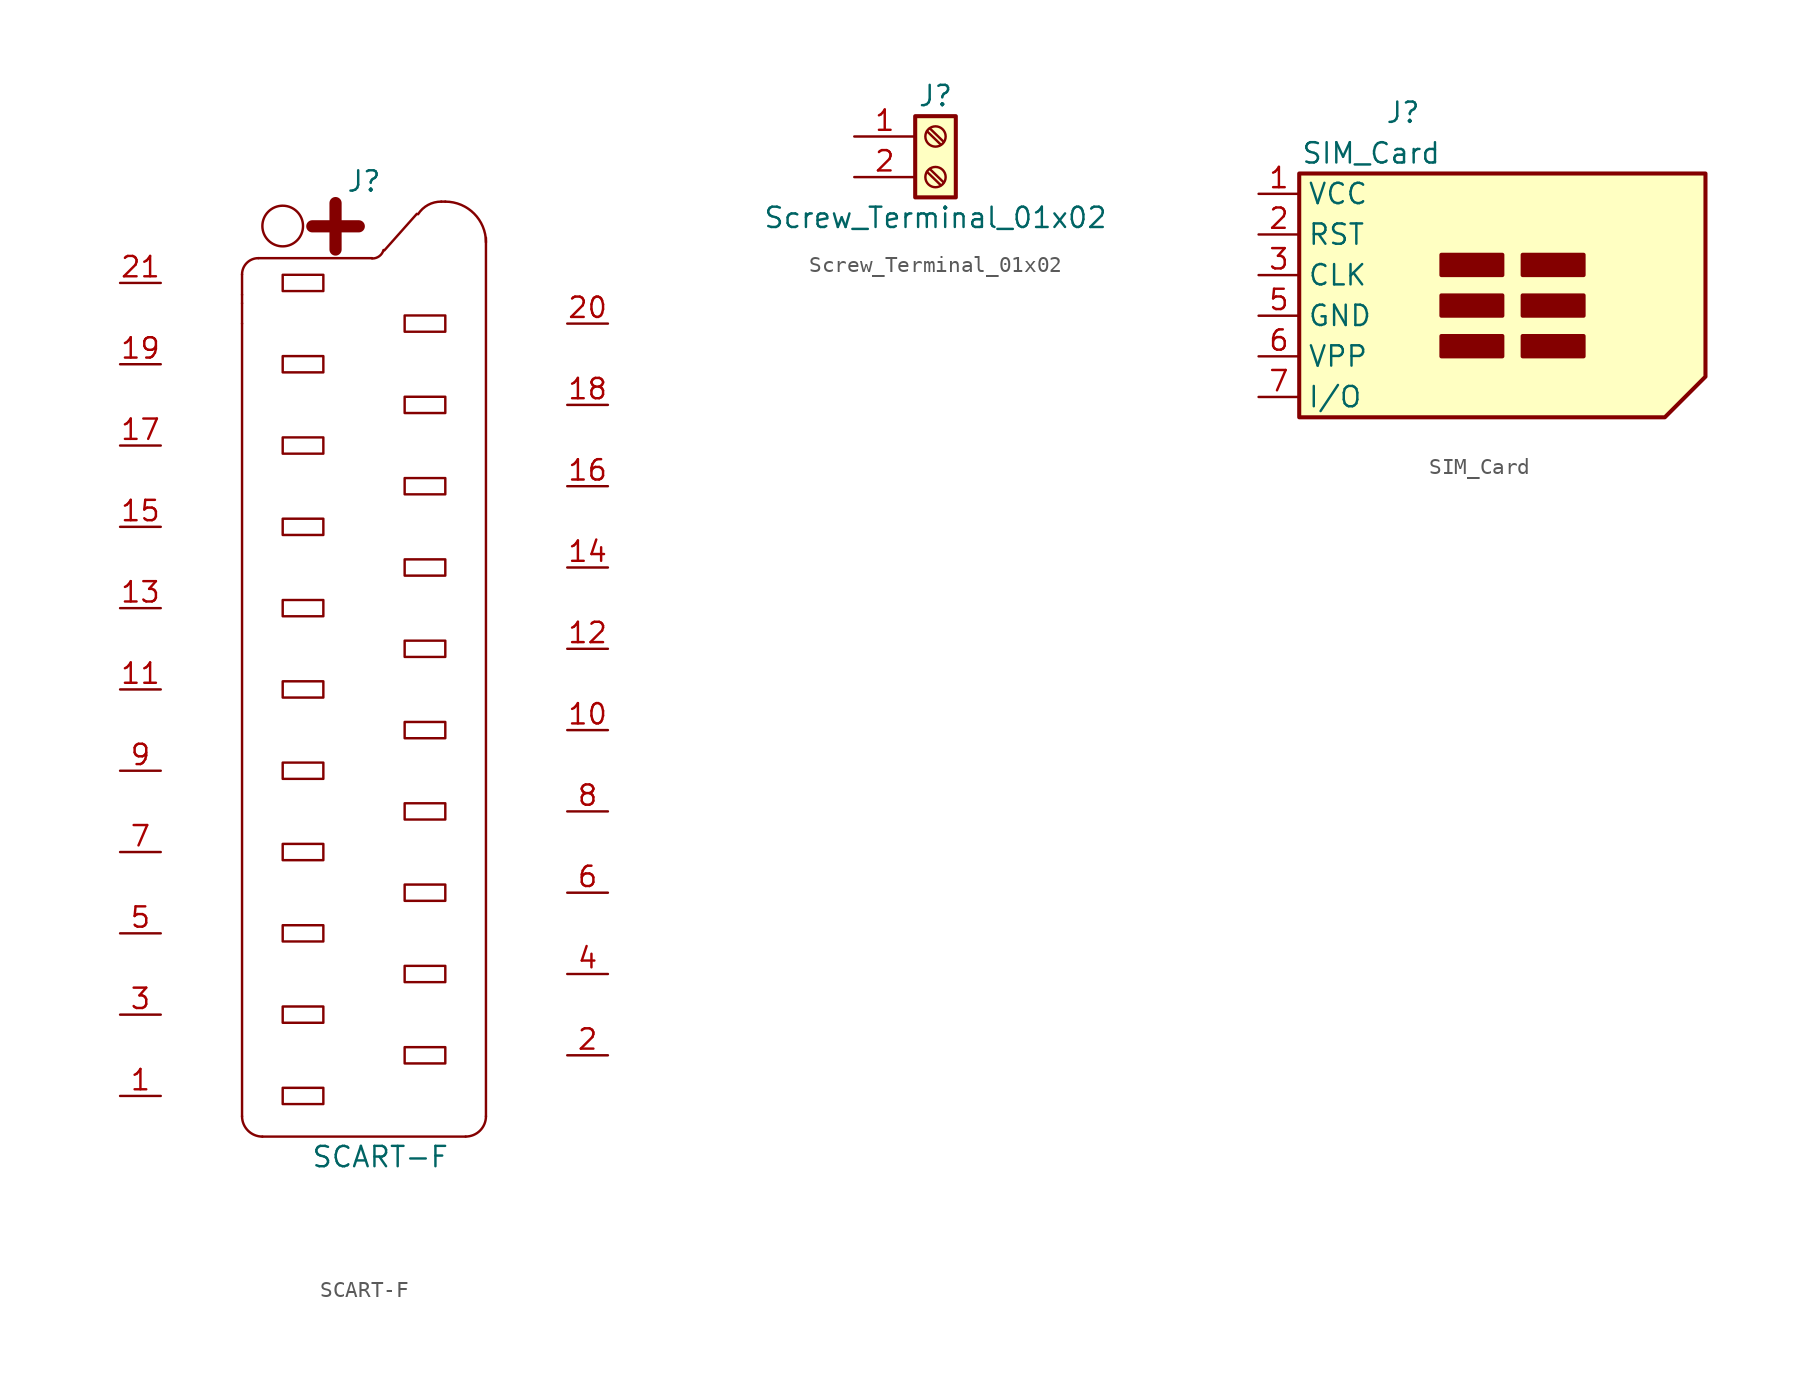
<source format=kicad_sym>
(kicad_symbol_lib
  (version 20220914)
  (generator kicad_symbol_editor)
  (symbol "SCART-F"
    (pin_names
      (offset 0.762) hide)
    (property "Reference" "J"
      (at 0 31.75 0)
      (effects (font (size 1.27 1.27))))
    (property "Value" "SCART-F"
      (at 1.016 -29.21 0)
      (effects (font (size 1.27 1.27))))
    (symbol "SCART-F_0_1"
      (arc (start -7.62 -26.67) (mid -7.248 -27.568) (end -6.35 -27.94) (stroke (width 0) (type default)) (fill (type none)))
      (arc (start -6.604 26.9494) (mid -7.3224 26.6518) (end -7.62 25.9334) (stroke (width 0) (type default)) (fill (type none)))
      (rectangle (start -5.08 -24.892) (end -2.54 -25.908) (stroke (width 0) (type default)) (fill (type none)))
      (rectangle (start -5.08 -19.812) (end -2.54 -20.828) (stroke (width 0) (type default)) (fill (type none)))
      (rectangle (start -5.08 -14.732) (end -2.54 -15.748) (stroke (width 0) (type default)) (fill (type none)))
      (rectangle (start -5.08 -9.652) (end -2.54 -10.668) (stroke (width 0) (type default)) (fill (type none)))
      (rectangle (start -5.08 -4.572) (end -2.54 -5.588) (stroke (width 0) (type default)) (fill (type none)))
      (rectangle (start -5.08 0.508) (end -2.54 -0.508) (stroke (width 0) (type default)) (fill (type none)))
      (rectangle (start -5.08 5.588) (end -2.54 4.572) (stroke (width 0) (type default)) (fill (type none)))
      (rectangle (start -5.08 10.668) (end -2.54 9.652) (stroke (width 0) (type default)) (fill (type none)))
      (rectangle (start -5.08 15.748) (end -2.54 14.732) (stroke (width 0) (type default)) (fill (type none)))
      (rectangle (start -5.08 20.828) (end -2.54 19.812) (stroke (width 0) (type default)) (fill (type none)))
      (rectangle (start -5.08 25.908) (end -2.54 24.892) (stroke (width 0) (type default)) (fill (type none)))
      (circle (center -5.08 28.956) (radius 1.27) (stroke (width 0) (type default)) (fill (type none)))
      (polyline (pts (xy -7.62 22.86) (xy -7.62 -26.67)) (stroke (width 0) (type default)) (fill (type none)))
      (polyline (pts (xy -7.62 22.86) (xy -7.62 24.13)) (stroke (width 0) (type default)) (fill (type none)))
      (polyline (pts (xy -7.62 24.663) (xy -7.62 24.13)) (stroke (width 0) (type default)) (fill (type none)))
      (polyline (pts (xy -7.62 24.663) (xy -7.62 25.933)) (stroke (width 0) (type default)) (fill (type none)))
      (polyline (pts (xy -6.604 26.949) (xy 0.508 26.949)) (stroke (width 0) (type default)) (fill (type none)))
      (polyline (pts (xy -6.35 -27.94) (xy 6.35 -27.94)) (stroke (width 0) (type default)) (fill (type none)))
      (polyline (pts (xy 3.302 29.718) (xy 1.27 27.432)) (stroke (width 0) (type default)) (fill (type none)))
      (polyline (pts (xy 4.826 30.48) (xy 5.08 30.48)) (stroke (width 0) (type default)) (fill (type none)))
      (polyline (pts (xy 7.62 -26.67) (xy 7.62 28.219)) (stroke (width 0) (type default)) (fill (type none)))
      (arc (start 0.508 26.924) (mid 0.9569 27.0702) (end 1.2192 27.4574) (stroke (width 0) (type default)) (fill (type none)))
      (rectangle (start 2.54 -22.352) (end 5.08 -23.368) (stroke (width 0) (type default)) (fill (type none)))
      (rectangle (start 2.54 -17.272) (end 5.08 -18.288) (stroke (width 0) (type default)) (fill (type none)))
      (rectangle (start 2.54 -12.192) (end 5.08 -13.208) (stroke (width 0) (type default)) (fill (type none)))
      (rectangle (start 2.54 -7.112) (end 5.08 -8.128) (stroke (width 0) (type default)) (fill (type none)))
      (rectangle (start 2.54 -2.032) (end 5.08 -3.048) (stroke (width 0) (type default)) (fill (type none)))
      (rectangle (start 2.54 3.048) (end 5.08 2.032) (stroke (width 0) (type default)) (fill (type none)))
      (rectangle (start 2.54 8.128) (end 5.08 7.112) (stroke (width 0) (type default)) (fill (type none)))
      (rectangle (start 2.54 13.208) (end 5.08 12.192) (stroke (width 0) (type default)) (fill (type none)))
      (rectangle (start 2.54 18.288) (end 5.08 17.272) (stroke (width 0) (type default)) (fill (type none)))
      (rectangle (start 2.54 23.368) (end 5.08 22.352) (stroke (width 0) (type default)) (fill (type none)))
      (arc (start 4.826 30.48) (mid 3.999 30.2726) (end 3.3782 29.6926) (stroke (width 0) (type default)) (fill (type none)))
      (arc (start 6.35 -27.94) (mid 7.248 -27.568) (end 7.62 -26.67) (stroke (width 0) (type default)) (fill (type none)))
      (arc (start 7.62 27.94) (mid 6.8761 29.7361) (end 5.08 30.48) (stroke (width 0) (type default)) (fill (type none)))
      (text "+" (at -1.778 29.21 0) (effects (font (size 3.81 3.81) bold))))
    (symbol "SCART-F_1_1"
      (pin passive line (at -15.24 -25.4 0) (length 2.54) (name "P1" (effects (font (size 1.27 1.27)))) (number "1" (effects (font (size 1.27 1.27)))))
      (pin passive line (at 15.24 -2.54 180) (length 2.54) (name "P10" (effects (font (size 1.27 1.27)))) (number "10" (effects (font (size 1.27 1.27)))))
      (pin passive line (at -15.24 0 0) (length 2.54) (name "P11" (effects (font (size 1.27 1.27)))) (number "11" (effects (font (size 1.27 1.27)))))
      (pin passive line (at 15.24 2.54 180) (length 2.54) (name "P12" (effects (font (size 1.27 1.27)))) (number "12" (effects (font (size 1.27 1.27)))))
      (pin passive line (at -15.24 5.08 0) (length 2.54) (name "P13" (effects (font (size 1.27 1.27)))) (number "13" (effects (font (size 1.27 1.27)))))
      (pin passive line (at 15.24 7.62 180) (length 2.54) (name "P14" (effects (font (size 1.27 1.27)))) (number "14" (effects (font (size 1.27 1.27)))))
      (pin passive line (at -15.24 10.16 0) (length 2.54) (name "P15" (effects (font (size 1.27 1.27)))) (number "15" (effects (font (size 1.27 1.27)))))
      (pin passive line (at 15.24 12.7 180) (length 2.54) (name "P16" (effects (font (size 1.27 1.27)))) (number "16" (effects (font (size 1.27 1.27)))))
      (pin passive line (at -15.24 15.24 0) (length 2.54) (name "P17" (effects (font (size 1.27 1.27)))) (number "17" (effects (font (size 1.27 1.27)))))
      (pin passive line (at 15.24 17.78 180) (length 2.54) (name "P18" (effects (font (size 1.27 1.27)))) (number "18" (effects (font (size 1.27 1.27)))))
      (pin passive line (at -15.24 20.32 0) (length 2.54) (name "P19" (effects (font (size 1.27 1.27)))) (number "19" (effects (font (size 1.27 1.27)))))
      (pin passive line (at 15.24 -22.86 180) (length 2.54) (name "P2" (effects (font (size 1.27 1.27)))) (number "2" (effects (font (size 1.27 1.27)))))
      (pin passive line (at 15.24 22.86 180) (length 2.54) (name "P20" (effects (font (size 1.27 1.27)))) (number "20" (effects (font (size 1.27 1.27)))))
      (pin passive line (at -15.24 25.4 0) (length 2.54) (name "P21" (effects (font (size 1.27 1.27)))) (number "21" (effects (font (size 1.27 1.27)))))
      (pin passive line (at -15.24 -20.32 0) (length 2.54) (name "P3" (effects (font (size 1.27 1.27)))) (number "3" (effects (font (size 1.27 1.27)))))
      (pin passive line (at 15.24 -17.78 180) (length 2.54) (name "P4" (effects (font (size 1.27 1.27)))) (number "4" (effects (font (size 1.27 1.27)))))
      (pin passive line (at -15.24 -15.24 0) (length 2.54) (name "P5" (effects (font (size 1.27 1.27)))) (number "5" (effects (font (size 1.27 1.27)))))
      (pin passive line (at 15.24 -12.7 180) (length 2.54) (name "P6" (effects (font (size 1.27 1.27)))) (number "6" (effects (font (size 1.27 1.27)))))
      (pin passive line (at -15.24 -10.16 0) (length 2.54) (name "P7" (effects (font (size 1.27 1.27)))) (number "7" (effects (font (size 1.27 1.27)))))
      (pin passive line (at 15.24 -7.62 180) (length 2.54) (name "P8" (effects (font (size 1.27 1.27)))) (number "8" (effects (font (size 1.27 1.27)))))
      (pin passive line (at -15.24 -5.08 0) (length 2.54) (name "P9" (effects (font (size 1.27 1.27)))) (number "9" (effects (font (size 1.27 1.27)))))))
  (symbol "Screw_Terminal_01x02"
    (pin_names
      (offset 1.016) hide)
    (property "Reference" "J"
      (at 0 2.54 0)
      (effects (font (size 1.27 1.27))))
    (property "Value" "Screw_Terminal_01x02"
      (at 0 -5.08 0)
      (effects (font (size 1.27 1.27))))
    (symbol "Screw_Terminal_01x02_1_1"
      (rectangle (start -1.27 1.27) (end 1.27 -3.81) (stroke (width 0.254) (type default)) (fill (type background)))
      (circle (center 0 -2.54) (radius 0.635) (stroke (width 0.152) (type default)) (fill (type none)))
      (polyline (pts (xy -0.533 -2.21) (xy 0.33 -3.048)) (stroke (width 0.152) (type default)) (fill (type none)))
      (polyline (pts (xy -0.533 0.33) (xy 0.33 -0.508)) (stroke (width 0.152) (type default)) (fill (type none)))
      (polyline (pts (xy -0.356 -2.032) (xy 0.508 -2.87)) (stroke (width 0.152) (type default)) (fill (type none)))
      (polyline (pts (xy -0.356 0.508) (xy 0.508 -0.33)) (stroke (width 0.152) (type default)) (fill (type none)))
      (circle (center 0 0) (radius 0.635) (stroke (width 0.152) (type default)) (fill (type none)))
      (pin passive line (at -5.08 0 0) (length 3.81) (name "Pin_1" (effects (font (size 1.27 1.27)))) (number "1" (effects (font (size 1.27 1.27)))))
      (pin passive line (at -5.08 -2.54 0) (length 3.81) (name "Pin_2" (effects (font (size 1.27 1.27)))) (number "2" (effects (font (size 1.27 1.27)))))))
  (symbol "SIM_Card"
    (property "Reference" "J"
      (at -2.54 12.7 0)
      (effects (font (size 1.27 1.27)) (justify right)))
    (property "Value" "SIM_Card"
      (at -1.27 10.16 0)
      (effects (font (size 1.27 1.27)) (justify right)))
    (symbol "SIM_Card_0_1"
      (rectangle (start -1.27 -2.54) (end 2.54 -1.27) (stroke (width 0.254) (type default)) (fill (type outline)))
      (rectangle (start -1.27 0) (end 2.54 1.27) (stroke (width 0.254) (type default)) (fill (type outline)))
      (rectangle (start -1.27 2.54) (end 2.54 3.81) (stroke (width 0.254) (type default)) (fill (type outline)))
      (polyline (pts (xy -10.16 8.89) (xy 15.24 8.89) (xy 15.24 -3.81) (xy 12.7 -6.35) (xy -10.16 -6.35) (xy -10.16 8.89)) (stroke (width 0.254) (type default)) (fill (type background)))
      (rectangle (start 3.81 -1.27) (end 7.62 -2.54) (stroke (width 0.254) (type default)) (fill (type outline)))
      (rectangle (start 3.81 0) (end 7.62 1.27) (stroke (width 0.254) (type default)) (fill (type outline)))
      (rectangle (start 3.81 2.54) (end 7.62 3.81) (stroke (width 0.254) (type default)) (fill (type outline))))
    (symbol "SIM_Card_1_1"
      (pin power_in line (at -12.7 7.62 0) (length 2.54) (name "VCC" (effects (font (size 1.27 1.27)))) (number "1" (effects (font (size 1.27 1.27)))))
      (pin input line (at -12.7 5.08 0) (length 2.54) (name "RST" (effects (font (size 1.27 1.27)))) (number "2" (effects (font (size 1.27 1.27)))))
      (pin input line (at -12.7 2.54 0) (length 2.54) (name "CLK" (effects (font (size 1.27 1.27)))) (number "3" (effects (font (size 1.27 1.27)))))
      (pin power_in line (at -12.7 0 0) (length 2.54) (name "GND" (effects (font (size 1.27 1.27)))) (number "5" (effects (font (size 1.27 1.27)))))
      (pin input line (at -12.7 -2.54 0) (length 2.54) (name "VPP" (effects (font (size 1.27 1.27)))) (number "6" (effects (font (size 1.27 1.27)))))
      (pin bidirectional line (at -12.7 -5.08 0) (length 2.54) (name "I/O" (effects (font (size 1.27 1.27)))) (number "7" (effects (font (size 1.27 1.27))))))))
</source>
